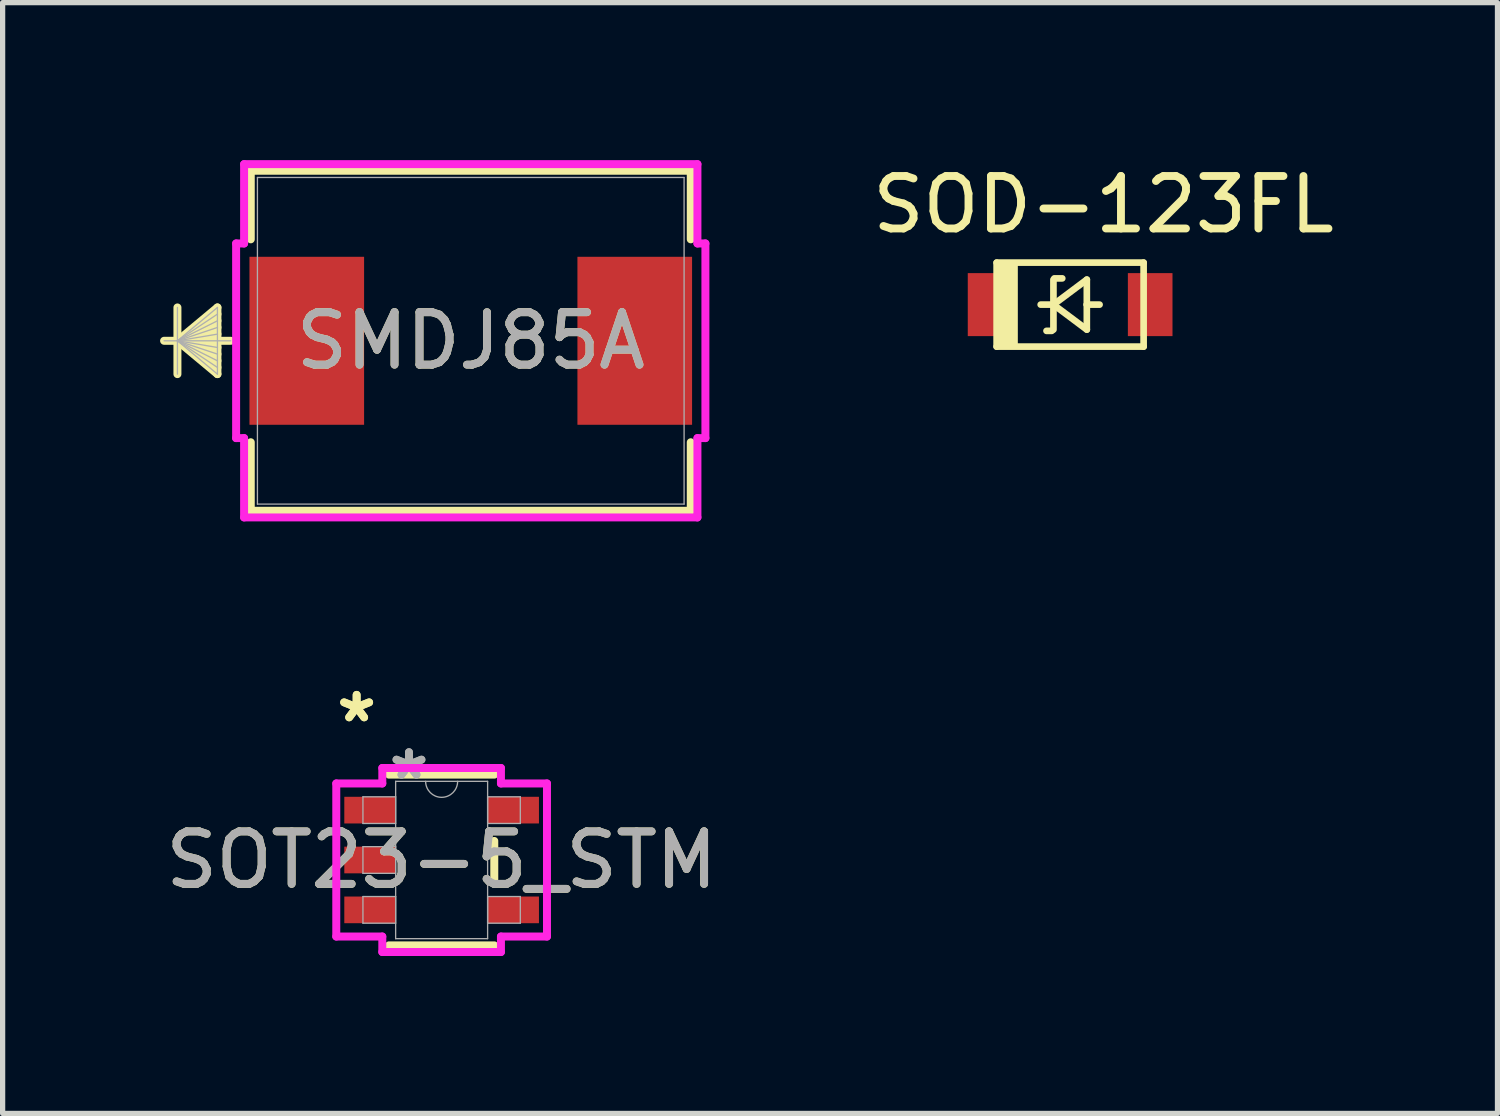
<source format=kicad_pcb>
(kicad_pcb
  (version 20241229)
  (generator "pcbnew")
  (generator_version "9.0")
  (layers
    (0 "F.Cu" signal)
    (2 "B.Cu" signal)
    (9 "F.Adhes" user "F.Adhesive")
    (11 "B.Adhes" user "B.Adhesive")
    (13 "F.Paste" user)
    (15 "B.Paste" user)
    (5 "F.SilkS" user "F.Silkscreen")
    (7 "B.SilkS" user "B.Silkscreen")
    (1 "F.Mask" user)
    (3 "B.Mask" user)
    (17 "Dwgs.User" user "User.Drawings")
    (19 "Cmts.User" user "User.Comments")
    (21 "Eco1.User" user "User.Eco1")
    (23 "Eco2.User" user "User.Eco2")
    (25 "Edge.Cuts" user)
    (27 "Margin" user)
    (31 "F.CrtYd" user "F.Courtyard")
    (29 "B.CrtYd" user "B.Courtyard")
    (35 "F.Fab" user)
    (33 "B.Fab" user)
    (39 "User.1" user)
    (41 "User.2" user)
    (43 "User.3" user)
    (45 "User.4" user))
  (footprint "SOT23-5_STM"
    (layer "F.Cu")
    (at 5.363 13.333)
    (property "Reference" "SOT23-5_STM" (at 0 0 0) (unlocked yes) (layer "F.SilkS") (effects (font (size 1 1) (thickness 0.15))))
    (attr smd)
    (fp_line (start -1.003 1.626) (end 1.003 1.626) (stroke (width 0.152) (type solid)) (layer "F.SilkS"))
    (fp_line (start 1.003 -1.626) (end -1.003 -1.626) (stroke (width 0.152) (type solid)) (layer "F.SilkS"))
    (fp_line (start 1.003 0.363) (end 1.003 -0.363) (stroke (width 0.152) (type solid)) (layer "F.SilkS"))
    (fp_line (start -2.007 -1.458) (end -1.13 -1.458) (stroke (width 0.152) (type solid)) (layer "F.CrtYd"))
    (fp_line (start -2.007 1.458) (end -2.007 -1.458) (stroke (width 0.152) (type solid)) (layer "F.CrtYd"))
    (fp_line (start -1.13 -1.753) (end 1.13 -1.753) (stroke (width 0.152) (type solid)) (layer "F.CrtYd"))
    (fp_line (start -1.13 -1.458) (end -1.13 -1.753) (stroke (width 0.152) (type solid)) (layer "F.CrtYd"))
    (fp_line (start -1.13 1.458) (end -2.007 1.458) (stroke (width 0.152) (type solid)) (layer "F.CrtYd"))
    (fp_line (start -1.13 1.753) (end -1.13 1.458) (stroke (width 0.152) (type solid)) (layer "F.CrtYd"))
    (fp_line (start 1.13 -1.753) (end 1.13 -1.458) (stroke (width 0.152) (type solid)) (layer "F.CrtYd"))
    (fp_line (start 1.13 -1.458) (end 2.007 -1.458) (stroke (width 0.152) (type solid)) (layer "F.CrtYd"))
    (fp_line (start 1.13 1.458) (end 1.13 1.753) (stroke (width 0.152) (type solid)) (layer "F.CrtYd"))
    (fp_line (start 1.13 1.753) (end -1.13 1.753) (stroke (width 0.152) (type solid)) (layer "F.CrtYd"))
    (fp_line (start 2.007 -1.458) (end 2.007 1.458) (stroke (width 0.152) (type solid)) (layer "F.CrtYd"))
    (fp_line (start 2.007 1.458) (end 1.13 1.458) (stroke (width 0.152) (type solid)) (layer "F.CrtYd"))
    (fp_line (start -1.499 -1.204) (end -1.499 -0.696) (stroke (width 0.025) (type solid)) (layer "F.Fab"))
    (fp_line (start -1.499 -0.696) (end -0.876 -0.696) (stroke (width 0.025) (type solid)) (layer "F.Fab"))
    (fp_line (start -1.499 -0.254) (end -1.499 0.254) (stroke (width 0.025) (type solid)) (layer "F.Fab"))
    (fp_line (start -1.499 0.254) (end -0.876 0.254) (stroke (width 0.025) (type solid)) (layer "F.Fab"))
    (fp_line (start -1.499 0.696) (end -1.499 1.204) (stroke (width 0.025) (type solid)) (layer "F.Fab"))
    (fp_line (start -1.499 1.204) (end -0.876 1.204) (stroke (width 0.025) (type solid)) (layer "F.Fab"))
    (fp_line (start -0.876 -1.499) (end -0.876 1.499) (stroke (width 0.025) (type solid)) (layer "F.Fab"))
    (fp_line (start -0.876 -1.204) (end -1.499 -1.204) (stroke (width 0.025) (type solid)) (layer "F.Fab"))
    (fp_line (start -0.876 -0.696) (end -0.876 -1.204) (stroke (width 0.025) (type solid)) (layer "F.Fab"))
    (fp_line (start -0.876 -0.254) (end -1.499 -0.254) (stroke (width 0.025) (type solid)) (layer "F.Fab"))
    (fp_line (start -0.876 0.254) (end -0.876 -0.254) (stroke (width 0.025) (type solid)) (layer "F.Fab"))
    (fp_line (start -0.876 0.696) (end -1.499 0.696) (stroke (width 0.025) (type solid)) (layer "F.Fab"))
    (fp_line (start -0.876 1.204) (end -0.876 0.696) (stroke (width 0.025) (type solid)) (layer "F.Fab"))
    (fp_line (start -0.876 1.499) (end 0.876 1.499) (stroke (width 0.025) (type solid)) (layer "F.Fab"))
    (fp_line (start 0.876 -1.499) (end -0.876 -1.499) (stroke (width 0.025) (type solid)) (layer "F.Fab"))
    (fp_line (start 0.876 -1.204) (end 0.876 -0.696) (stroke (width 0.025) (type solid)) (layer "F.Fab"))
    (fp_line (start 0.876 -0.696) (end 1.499 -0.696) (stroke (width 0.025) (type solid)) (layer "F.Fab"))
    (fp_line (start 0.876 0.696) (end 0.876 1.204) (stroke (width 0.025) (type solid)) (layer "F.Fab"))
    (fp_line (start 0.876 1.204) (end 1.499 1.204) (stroke (width 0.025) (type solid)) (layer "F.Fab"))
    (fp_line (start 0.876 1.499) (end 0.876 -1.499) (stroke (width 0.025) (type solid)) (layer "F.Fab"))
    (fp_line (start 1.499 -1.204) (end 0.876 -1.204) (stroke (width 0.025) (type solid)) (layer "F.Fab"))
    (fp_line (start 1.499 -0.696) (end 1.499 -1.204) (stroke (width 0.025) (type solid)) (layer "F.Fab"))
    (fp_line (start 1.499 0.696) (end 0.876 0.696) (stroke (width 0.025) (type solid)) (layer "F.Fab"))
    (fp_line (start 1.499 1.204) (end 1.499 0.696) (stroke (width 0.025) (type solid)) (layer "F.Fab"))
    (fp_arc (start 0.3048 -1.4986) (mid 0 -1.1938) (end -0.3048 -1.4986) (stroke (width 0.0254) (type solid)) (layer "F.Fab"))
    (fp_text user "*" (at -1.619 -2.601 0) (layer "F.SilkS") (effects (font (size 1 1) (thickness 0.15))))
    (fp_text user "*" (at -1.619 -2.601 0) (unlocked yes) (layer "F.SilkS") (effects (font (size 1 1) (thickness 0.15))))
    (fp_text user "*" (at -0.622 -1.509 0) (unlocked yes) (layer "F.Fab") (effects (font (size 1 1) (thickness 0.15))))
    (fp_text user "*" (at -0.622 -1.509 0) (layer "F.Fab") (effects (font (size 1 1) (thickness 0.15))))
    (fp_text user "${REFERENCE}" (at 0 0 0) (unlocked yes) (layer "F.Fab") (effects (font (size 1 1) (thickness 0.15))))
    (pad "1" smd rect (at -1.365 -0.95) (size 0.978 0.508) (layers "F.Cu" "F.Mask" "F.Paste"))
    (pad "2" smd rect (at -1.365 0) (size 0.978 0.508) (layers "F.Cu" "F.Mask" "F.Paste"))
    (pad "3" smd rect (at -1.365 0.95) (size 0.978 0.508) (layers "F.Cu" "F.Mask" "F.Paste"))
    (pad "4" smd rect (at 1.365 0.95) (size 0.978 0.508) (layers "F.Cu" "F.Mask" "F.Paste"))
    (pad "5" smd rect (at 1.365 -0.95) (size 0.978 0.508) (layers "F.Cu" "F.Mask" "F.Paste")))
  (footprint "SMDJ85A"
    (layer "F.Cu")
    (at 5.918 3.442)
    (property "Reference" "SMDJ85A" (at 0 0 0) (unlocked yes) (layer "F.SilkS") (effects (font (size 1 1) (thickness 0.15))))
    (attr smd)
    (fp_line (start -5.588 -0.635) (end -5.588 0.635) (stroke (width 0.152) (type solid)) (layer "F.SilkS"))
    (fp_line (start -5.588 0) (end -4.826 -0.635) (stroke (width 0.152) (type solid)) (layer "F.SilkS"))
    (fp_line (start -5.588 0) (end -4.826 -0.508) (stroke (width 0.152) (type solid)) (layer "F.SilkS"))
    (fp_line (start -5.588 0) (end -4.826 -0.381) (stroke (width 0.152) (type solid)) (layer "F.SilkS"))
    (fp_line (start -5.588 0) (end -4.826 -0.254) (stroke (width 0.152) (type solid)) (layer "F.SilkS"))
    (fp_line (start -5.588 0) (end -4.826 -0.127) (stroke (width 0.152) (type solid)) (layer "F.SilkS"))
    (fp_line (start -5.588 0) (end -4.826 0.127) (stroke (width 0.152) (type solid)) (layer "F.SilkS"))
    (fp_line (start -5.588 0) (end -4.826 0.254) (stroke (width 0.152) (type solid)) (layer "F.SilkS"))
    (fp_line (start -5.588 0) (end -4.826 0.381) (stroke (width 0.152) (type solid)) (layer "F.SilkS"))
    (fp_line (start -5.588 0) (end -4.826 0.508) (stroke (width 0.152) (type solid)) (layer "F.SilkS"))
    (fp_line (start -5.588 0) (end -4.826 0.635) (stroke (width 0.152) (type solid)) (layer "F.SilkS"))
    (fp_line (start -4.826 -0.635) (end -4.826 0.635) (stroke (width 0.152) (type solid)) (layer "F.SilkS"))
    (fp_line (start -4.572 0) (end -5.842 0) (stroke (width 0.152) (type solid)) (layer "F.SilkS"))
    (fp_line (start -4.191 -3.239) (end -4.191 -1.933) (stroke (width 0.152) (type solid)) (layer "F.SilkS"))
    (fp_line (start -4.191 1.933) (end -4.191 3.239) (stroke (width 0.152) (type solid)) (layer "F.SilkS"))
    (fp_line (start -4.191 3.239) (end 4.191 3.239) (stroke (width 0.152) (type solid)) (layer "F.SilkS"))
    (fp_line (start 4.191 -3.239) (end -4.191 -3.239) (stroke (width 0.152) (type solid)) (layer "F.SilkS"))
    (fp_line (start 4.191 -1.933) (end 4.191 -3.239) (stroke (width 0.152) (type solid)) (layer "F.SilkS"))
    (fp_line (start 4.191 3.239) (end 4.191 1.933) (stroke (width 0.152) (type solid)) (layer "F.SilkS"))
    (fp_line (start -4.47 -1.854) (end -4.318 -1.854) (stroke (width 0.152) (type solid)) (layer "F.CrtYd"))
    (fp_line (start -4.47 1.854) (end -4.47 -1.854) (stroke (width 0.152) (type solid)) (layer "F.CrtYd"))
    (fp_line (start -4.318 -3.365) (end 4.318 -3.365) (stroke (width 0.152) (type solid)) (layer "F.CrtYd"))
    (fp_line (start -4.318 -1.854) (end -4.318 -3.365) (stroke (width 0.152) (type solid)) (layer "F.CrtYd"))
    (fp_line (start -4.318 1.854) (end -4.47 1.854) (stroke (width 0.152) (type solid)) (layer "F.CrtYd"))
    (fp_line (start -4.318 3.365) (end -4.318 1.854) (stroke (width 0.152) (type solid)) (layer "F.CrtYd"))
    (fp_line (start 4.318 -3.365) (end 4.318 -1.854) (stroke (width 0.152) (type solid)) (layer "F.CrtYd"))
    (fp_line (start 4.318 -1.854) (end 4.47 -1.854) (stroke (width 0.152) (type solid)) (layer "F.CrtYd"))
    (fp_line (start 4.318 1.854) (end 4.318 3.365) (stroke (width 0.152) (type solid)) (layer "F.CrtYd"))
    (fp_line (start 4.318 3.365) (end -4.318 3.365) (stroke (width 0.152) (type solid)) (layer "F.CrtYd"))
    (fp_line (start 4.47 -1.854) (end 4.47 1.854) (stroke (width 0.152) (type solid)) (layer "F.CrtYd"))
    (fp_line (start 4.47 1.854) (end 4.318 1.854) (stroke (width 0.152) (type solid)) (layer "F.CrtYd"))
    (fp_line (start -5.588 -0.635) (end -5.588 0.635) (stroke (width 0.025) (type solid)) (layer "F.Fab"))
    (fp_line (start -5.588 0) (end -4.826 -0.635) (stroke (width 0.025) (type solid)) (layer "F.Fab"))
    (fp_line (start -5.588 0) (end -4.826 -0.508) (stroke (width 0.025) (type solid)) (layer "F.Fab"))
    (fp_line (start -5.588 0) (end -4.826 -0.381) (stroke (width 0.025) (type solid)) (layer "F.Fab"))
    (fp_line (start -5.588 0) (end -4.826 -0.254) (stroke (width 0.025) (type solid)) (layer "F.Fab"))
    (fp_line (start -5.588 0) (end -4.826 -0.127) (stroke (width 0.025) (type solid)) (layer "F.Fab"))
    (fp_line (start -5.588 0) (end -4.826 0.127) (stroke (width 0.025) (type solid)) (layer "F.Fab"))
    (fp_line (start -5.588 0) (end -4.826 0.254) (stroke (width 0.025) (type solid)) (layer "F.Fab"))
    (fp_line (start -5.588 0) (end -4.826 0.381) (stroke (width 0.025) (type solid)) (layer "F.Fab"))
    (fp_line (start -5.588 0) (end -4.826 0.508) (stroke (width 0.025) (type solid)) (layer "F.Fab"))
    (fp_line (start -5.588 0) (end -4.826 0.635) (stroke (width 0.025) (type solid)) (layer "F.Fab"))
    (fp_line (start -4.826 -0.635) (end -4.826 0.635) (stroke (width 0.025) (type solid)) (layer "F.Fab"))
    (fp_line (start -4.572 0) (end -5.842 0) (stroke (width 0.025) (type solid)) (layer "F.Fab"))
    (fp_line (start -4.064 -3.111) (end -4.064 3.111) (stroke (width 0.025) (type solid)) (layer "F.Fab"))
    (fp_line (start -4.064 3.111) (end 4.064 3.111) (stroke (width 0.025) (type solid)) (layer "F.Fab"))
    (fp_line (start 4.064 -3.111) (end -4.064 -3.111) (stroke (width 0.025) (type solid)) (layer "F.Fab"))
    (fp_line (start 4.064 3.111) (end 4.064 -3.111) (stroke (width 0.025) (type solid)) (layer "F.Fab"))
    (fp_text user "${REFERENCE}" (at 0 0 0) (unlocked yes) (layer "F.Fab") (effects (font (size 1 1) (thickness 0.15))))
    (pad "1" smd rect (at -3.124 0 90) (size 3.2 2.184) (layers "F.Cu" "F.Mask" "F.Paste"))
    (pad "2" smd rect (at 3.124 0 90) (size 3.2 2.184) (layers "F.Cu" "F.Mask" "F.Paste"))
    (zone (net_name "") (layer "F.Cu") (hatch full 0.508) (connect_pads) (min_thickness 0.254) (filled_areas_thickness no) (keepout (tracks not_allowed) (vias not_allowed) (pads allowed) (copperpour not_allowed) (footprints allowed)) (placement (enabled no)) (fill) (polygon (pts (xy 1.905 0.381) (xy 9.931 0.381) (xy 9.931 1.791) (xy 1.905 1.791))))
    (zone (net_name "") (layer "F.Cu") (hatch full 0.508) (connect_pads) (min_thickness 0.254) (filled_areas_thickness no) (keepout (tracks not_allowed) (vias not_allowed) (pads allowed) (copperpour not_allowed) (footprints allowed)) (placement (enabled no)) (fill) (polygon (pts (xy 1.905 5.093) (xy 9.931 5.093) (xy 9.931 6.502) (xy 1.905 6.502))))
    (zone (net_name "") (layer "F.Cu") (hatch full 0.508) (connect_pads) (min_thickness 0.254) (filled_areas_thickness no) (keepout (tracks not_allowed) (vias not_allowed) (pads allowed) (copperpour not_allowed) (footprints allowed)) (placement (enabled no)) (fill) (polygon (pts (xy 3.937 1.791) (xy 7.899 1.791) (xy 7.899 5.093) (xy 3.937 5.093)))))
  (footprint "SOD-123FL"
    (layer "F.Cu")
    (at 17.336 2.753)
    (property "Reference" "SOD-123FL" (at 0.635 -1.905 0) (layer "F.SilkS") (effects (font (size 1 1) (thickness 0.15))))
    (attr smd)
    (fp_line (start -1.4 -0.8) (end 1.4 -0.8) (stroke (width 0.127) (type solid)) (layer "F.SilkS"))
    (fp_line (start -1.4 0.8) (end -1.4 -0.8) (stroke (width 0.127) (type solid)) (layer "F.SilkS"))
    (fp_line (start -0.35 0.5) (end -0.45 0.5) (stroke (width 0.127) (type solid)) (layer "F.SilkS"))
    (fp_line (start -0.318 0) (end -0.561 0) (stroke (width 0.127) (type solid)) (layer "F.SilkS"))
    (fp_line (start -0.318 0) (end -0.318 -0.476) (stroke (width 0.127) (type solid)) (layer "F.SilkS"))
    (fp_line (start -0.318 0) (end -0.318 0.476) (stroke (width 0.127) (type solid)) (layer "F.SilkS"))
    (fp_line (start -0.318 0) (end 0.318 0.476) (stroke (width 0.127) (type solid)) (layer "F.SilkS"))
    (fp_line (start -0.3 -0.5) (end -0.15 -0.5) (stroke (width 0.127) (type solid)) (layer "F.SilkS"))
    (fp_line (start 0.318 -0.476) (end -0.318 0) (stroke (width 0.127) (type solid)) (layer "F.SilkS"))
    (fp_line (start 0.318 0) (end 0.318 -0.476) (stroke (width 0.127) (type solid)) (layer "F.SilkS"))
    (fp_line (start 0.318 0) (end 0.561 0) (stroke (width 0.127) (type solid)) (layer "F.SilkS"))
    (fp_line (start 0.318 0.476) (end 0.318 0) (stroke (width 0.127) (type solid)) (layer "F.SilkS"))
    (fp_line (start 1.4 -0.8) (end 1.4 0.8) (stroke (width 0.127) (type solid)) (layer "F.SilkS"))
    (fp_line (start 1.4 0.8) (end -1.4 0.8) (stroke (width 0.127) (type solid)) (layer "F.SilkS"))
    (fp_poly (pts (xy -1.4 -0.8) (xy -1 -0.8) (xy -1 0.8) (xy -1.4 0.8)) (stroke (width 0.01) (type solid)) (fill yes) (layer "F.SilkS"))
    (pad "A" smd rect (at 1.525 0 90) (size 1.2 0.85) (layers "F.Cu" "F.Mask" "F.Paste"))
    (pad "K" smd rect (at -1.525 0 90) (size 1.2 0.85) (layers "F.Cu" "F.Mask" "F.Paste")))
  (gr_rect
    (start -3 -3)
    (end 25.477 18.161)
    (stroke (width 0.1) (type default))
    (fill no)
    (layer "Edge.Cuts")))
</source>
